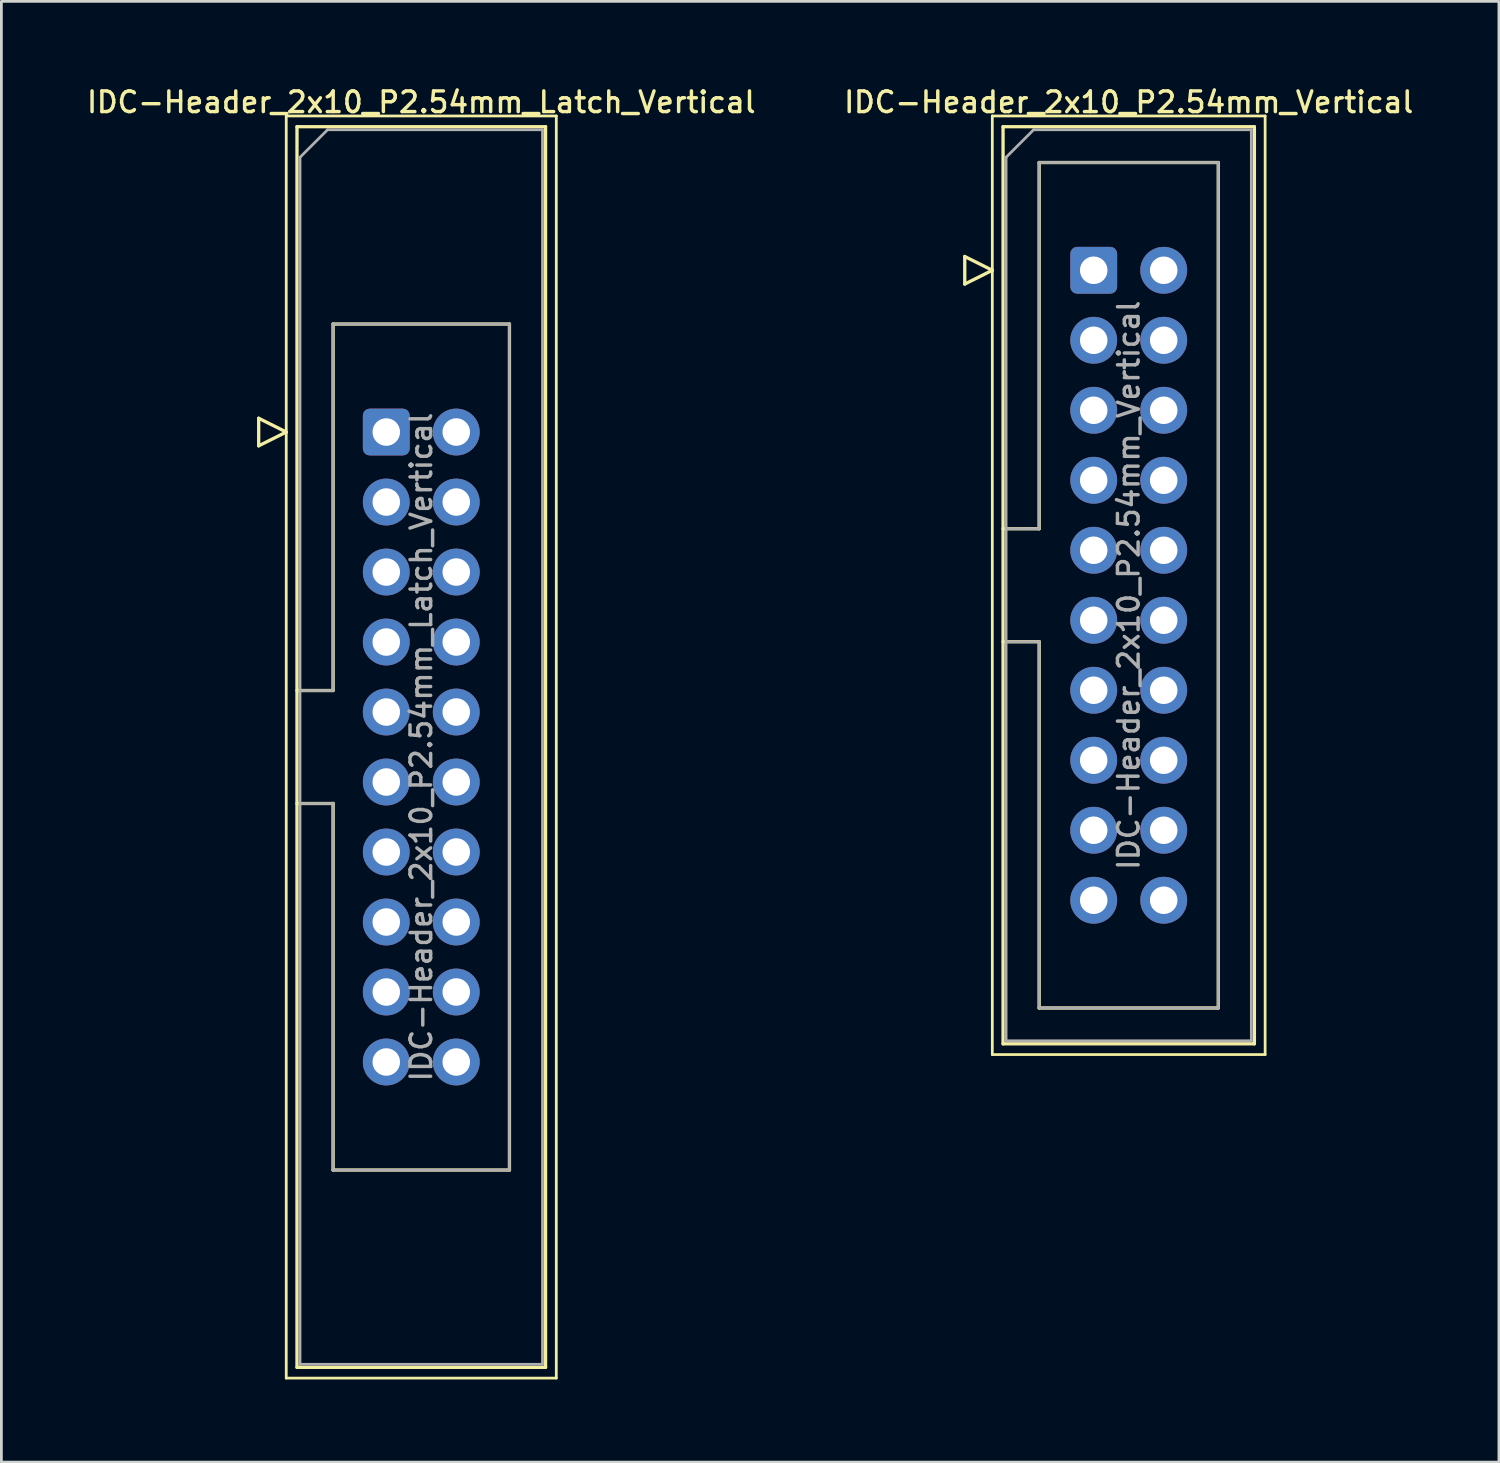
<source format=kicad_pcb>
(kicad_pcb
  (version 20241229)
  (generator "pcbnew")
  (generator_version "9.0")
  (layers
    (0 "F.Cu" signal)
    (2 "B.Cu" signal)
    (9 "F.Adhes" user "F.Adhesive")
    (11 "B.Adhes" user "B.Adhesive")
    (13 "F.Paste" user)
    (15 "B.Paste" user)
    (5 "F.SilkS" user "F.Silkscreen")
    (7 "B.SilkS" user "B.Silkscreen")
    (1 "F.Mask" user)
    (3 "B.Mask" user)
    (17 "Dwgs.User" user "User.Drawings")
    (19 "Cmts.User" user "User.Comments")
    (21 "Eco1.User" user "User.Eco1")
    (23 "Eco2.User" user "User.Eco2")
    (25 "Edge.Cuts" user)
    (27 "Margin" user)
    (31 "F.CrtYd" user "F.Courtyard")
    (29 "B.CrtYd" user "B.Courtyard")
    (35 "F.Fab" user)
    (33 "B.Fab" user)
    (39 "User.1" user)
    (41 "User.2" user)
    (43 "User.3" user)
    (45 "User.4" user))
  (footprint "IDC-Header_2x10_P2.54mm_Latch_Vertical"
    (layer "F.Cu")
    (at 10.967 12.628)
    (property "Reference" "IDC-Header_2x10_P2.54mm_Latch_Vertical" (at 1.27 -11.97 0) (layer "F.SilkS") (effects (font (size 0.75 0.75) (thickness 0.125))))
    (attr through_hole)
    (fp_line (start -4.63 -0.5) (end -4.63 0.5) (stroke (width 0.12) (type solid)) (layer "F.SilkS"))
    (fp_line (start -4.63 0.5) (end -3.63 0) (stroke (width 0.12) (type solid)) (layer "F.SilkS"))
    (fp_line (start -3.63 -11.47) (end -3.63 34.33) (stroke (width 0.1) (type solid)) (layer "F.SilkS"))
    (fp_line (start -3.63 0) (end -4.63 -0.5) (stroke (width 0.12) (type solid)) (layer "F.SilkS"))
    (fp_line (start -3.63 34.33) (end 6.17 34.33) (stroke (width 0.1) (type solid)) (layer "F.SilkS"))
    (fp_line (start -3.24 -11.08) (end 5.78 -11.08) (stroke (width 0.12) (type solid)) (layer "F.SilkS"))
    (fp_line (start -3.24 9.38) (end -1.93 9.38) (stroke (width 0.12) (type solid)) (layer "F.SilkS"))
    (fp_line (start -3.24 33.94) (end -3.24 -11.08) (stroke (width 0.12) (type solid)) (layer "F.SilkS"))
    (fp_line (start -1.93 -3.92) (end 4.47 -3.92) (stroke (width 0.12) (type solid)) (layer "F.SilkS"))
    (fp_line (start -1.93 9.38) (end -1.93 -3.92) (stroke (width 0.12) (type solid)) (layer "F.SilkS"))
    (fp_line (start -1.93 13.48) (end -3.24 13.48) (stroke (width 0.12) (type solid)) (layer "F.SilkS"))
    (fp_line (start -1.93 13.48) (end -1.93 13.48) (stroke (width 0.12) (type solid)) (layer "F.SilkS"))
    (fp_line (start -1.93 26.78) (end -1.93 13.48) (stroke (width 0.12) (type solid)) (layer "F.SilkS"))
    (fp_line (start 4.47 -3.92) (end 4.47 26.78) (stroke (width 0.12) (type solid)) (layer "F.SilkS"))
    (fp_line (start 4.47 26.78) (end -1.93 26.78) (stroke (width 0.12) (type solid)) (layer "F.SilkS"))
    (fp_line (start 5.78 -11.08) (end 5.78 33.94) (stroke (width 0.12) (type solid)) (layer "F.SilkS"))
    (fp_line (start 5.78 33.94) (end -3.24 33.94) (stroke (width 0.12) (type solid)) (layer "F.SilkS"))
    (fp_line (start 6.17 -11.47) (end -3.63 -11.47) (stroke (width 0.1) (type solid)) (layer "F.SilkS"))
    (fp_line (start 6.17 34.33) (end 6.17 -11.47) (stroke (width 0.1) (type solid)) (layer "F.SilkS"))
    (fp_line (start -3.13 -9.97) (end -2.13 -10.97) (stroke (width 0.1) (type solid)) (layer "F.Fab"))
    (fp_line (start -3.13 9.38) (end -1.93 9.38) (stroke (width 0.1) (type solid)) (layer "F.Fab"))
    (fp_line (start -3.13 33.83) (end -3.13 -9.97) (stroke (width 0.1) (type solid)) (layer "F.Fab"))
    (fp_line (start -2.13 -10.97) (end 5.67 -10.97) (stroke (width 0.1) (type solid)) (layer "F.Fab"))
    (fp_line (start -1.93 -3.92) (end 4.47 -3.92) (stroke (width 0.1) (type solid)) (layer "F.Fab"))
    (fp_line (start -1.93 9.38) (end -1.93 -3.92) (stroke (width 0.1) (type solid)) (layer "F.Fab"))
    (fp_line (start -1.93 13.48) (end -3.13 13.48) (stroke (width 0.1) (type solid)) (layer "F.Fab"))
    (fp_line (start -1.93 13.48) (end -1.93 13.48) (stroke (width 0.1) (type solid)) (layer "F.Fab"))
    (fp_line (start -1.93 26.78) (end -1.93 13.48) (stroke (width 0.1) (type solid)) (layer "F.Fab"))
    (fp_line (start 4.47 -3.92) (end 4.47 26.78) (stroke (width 0.1) (type solid)) (layer "F.Fab"))
    (fp_line (start 4.47 26.78) (end -1.93 26.78) (stroke (width 0.1) (type solid)) (layer "F.Fab"))
    (fp_line (start 5.67 -10.97) (end 5.67 33.83) (stroke (width 0.1) (type solid)) (layer "F.Fab"))
    (fp_line (start 5.67 33.83) (end -3.13 33.83) (stroke (width 0.1) (type solid)) (layer "F.Fab"))
    (fp_text user "${REFERENCE}" (at 1.27 11.43 90) (layer "F.Fab") (effects (font (size 0.75 0.75) (thickness 0.125))))
    (pad "1" thru_hole roundrect (at 0 0) (size 1.7 1.7) (drill 1) (layers "*.Cu" "*.Mask") (roundrect_rratio 0.147))
    (pad "2" thru_hole circle (at 2.54 0) (size 1.7 1.7) (drill 1) (layers "*.Cu" "*.Mask"))
    (pad "3" thru_hole circle (at 0 2.54) (size 1.7 1.7) (drill 1) (layers "*.Cu" "*.Mask"))
    (pad "4" thru_hole circle (at 2.54 2.54) (size 1.7 1.7) (drill 1) (layers "*.Cu" "*.Mask"))
    (pad "5" thru_hole circle (at 0 5.08) (size 1.7 1.7) (drill 1) (layers "*.Cu" "*.Mask"))
    (pad "6" thru_hole circle (at 2.54 5.08) (size 1.7 1.7) (drill 1) (layers "*.Cu" "*.Mask"))
    (pad "7" thru_hole circle (at 0 7.62) (size 1.7 1.7) (drill 1) (layers "*.Cu" "*.Mask"))
    (pad "8" thru_hole circle (at 2.54 7.62) (size 1.7 1.7) (drill 1) (layers "*.Cu" "*.Mask"))
    (pad "9" thru_hole circle (at 0 10.16) (size 1.7 1.7) (drill 1) (layers "*.Cu" "*.Mask"))
    (pad "10" thru_hole circle (at 2.54 10.16) (size 1.7 1.7) (drill 1) (layers "*.Cu" "*.Mask"))
    (pad "11" thru_hole circle (at 0 12.7) (size 1.7 1.7) (drill 1) (layers "*.Cu" "*.Mask"))
    (pad "12" thru_hole circle (at 2.54 12.7) (size 1.7 1.7) (drill 1) (layers "*.Cu" "*.Mask"))
    (pad "13" thru_hole circle (at 0 15.24) (size 1.7 1.7) (drill 1) (layers "*.Cu" "*.Mask"))
    (pad "14" thru_hole circle (at 2.54 15.24) (size 1.7 1.7) (drill 1) (layers "*.Cu" "*.Mask"))
    (pad "15" thru_hole circle (at 0 17.78) (size 1.7 1.7) (drill 1) (layers "*.Cu" "*.Mask"))
    (pad "16" thru_hole circle (at 2.54 17.78) (size 1.7 1.7) (drill 1) (layers "*.Cu" "*.Mask"))
    (pad "17" thru_hole circle (at 0 20.32) (size 1.7 1.7) (drill 1) (layers "*.Cu" "*.Mask"))
    (pad "18" thru_hole circle (at 2.54 20.32) (size 1.7 1.7) (drill 1) (layers "*.Cu" "*.Mask"))
    (pad "19" thru_hole circle (at 0 22.86) (size 1.7 1.7) (drill 1) (layers "*.Cu" "*.Mask"))
    (pad "20" thru_hole circle (at 2.54 22.86) (size 1.7 1.7) (drill 1) (layers "*.Cu" "*.Mask")))
  (footprint "IDC-Header_2x10_P2.54mm_Vertical"
    (layer "F.Cu")
    (at 36.639 6.758)
    (property "Reference" "IDC-Header_2x10_P2.54mm_Vertical" (at 1.27 -6.1 0) (layer "F.SilkS") (effects (font (size 0.75 0.75) (thickness 0.125))))
    (attr through_hole)
    (fp_line (start -4.68 -0.5) (end -4.68 0.5) (stroke (width 0.12) (type solid)) (layer "F.SilkS"))
    (fp_line (start -4.68 0.5) (end -3.68 0) (stroke (width 0.12) (type solid)) (layer "F.SilkS"))
    (fp_line (start -3.68 -5.6) (end -3.68 28.46) (stroke (width 0.1) (type solid)) (layer "F.SilkS"))
    (fp_line (start -3.68 0) (end -4.68 -0.5) (stroke (width 0.12) (type solid)) (layer "F.SilkS"))
    (fp_line (start -3.68 28.46) (end 6.22 28.46) (stroke (width 0.1) (type solid)) (layer "F.SilkS"))
    (fp_line (start -3.29 -5.21) (end 5.83 -5.21) (stroke (width 0.12) (type solid)) (layer "F.SilkS"))
    (fp_line (start -3.29 9.38) (end -1.98 9.38) (stroke (width 0.12) (type solid)) (layer "F.SilkS"))
    (fp_line (start -3.29 28.07) (end -3.29 -5.21) (stroke (width 0.12) (type solid)) (layer "F.SilkS"))
    (fp_line (start -1.98 -3.91) (end 4.52 -3.91) (stroke (width 0.12) (type solid)) (layer "F.SilkS"))
    (fp_line (start -1.98 9.38) (end -1.98 -3.91) (stroke (width 0.12) (type solid)) (layer "F.SilkS"))
    (fp_line (start -1.98 13.48) (end -3.29 13.48) (stroke (width 0.12) (type solid)) (layer "F.SilkS"))
    (fp_line (start -1.98 13.48) (end -1.98 13.48) (stroke (width 0.12) (type solid)) (layer "F.SilkS"))
    (fp_line (start -1.98 26.77) (end -1.98 13.48) (stroke (width 0.12) (type solid)) (layer "F.SilkS"))
    (fp_line (start 4.52 -3.91) (end 4.52 26.77) (stroke (width 0.12) (type solid)) (layer "F.SilkS"))
    (fp_line (start 4.52 26.77) (end -1.98 26.77) (stroke (width 0.12) (type solid)) (layer "F.SilkS"))
    (fp_line (start 5.83 -5.21) (end 5.83 28.07) (stroke (width 0.12) (type solid)) (layer "F.SilkS"))
    (fp_line (start 5.83 28.07) (end -3.29 28.07) (stroke (width 0.12) (type solid)) (layer "F.SilkS"))
    (fp_line (start 6.22 -5.6) (end -3.68 -5.6) (stroke (width 0.1) (type solid)) (layer "F.SilkS"))
    (fp_line (start 6.22 28.46) (end 6.22 -5.6) (stroke (width 0.1) (type solid)) (layer "F.SilkS"))
    (fp_line (start -3.18 -4.1) (end -2.18 -5.1) (stroke (width 0.1) (type solid)) (layer "F.Fab"))
    (fp_line (start -3.18 9.38) (end -1.98 9.38) (stroke (width 0.1) (type solid)) (layer "F.Fab"))
    (fp_line (start -3.18 27.96) (end -3.18 -4.1) (stroke (width 0.1) (type solid)) (layer "F.Fab"))
    (fp_line (start -2.18 -5.1) (end 5.72 -5.1) (stroke (width 0.1) (type solid)) (layer "F.Fab"))
    (fp_line (start -1.98 -3.91) (end 4.52 -3.91) (stroke (width 0.1) (type solid)) (layer "F.Fab"))
    (fp_line (start -1.98 9.38) (end -1.98 -3.91) (stroke (width 0.1) (type solid)) (layer "F.Fab"))
    (fp_line (start -1.98 13.48) (end -3.18 13.48) (stroke (width 0.1) (type solid)) (layer "F.Fab"))
    (fp_line (start -1.98 13.48) (end -1.98 13.48) (stroke (width 0.1) (type solid)) (layer "F.Fab"))
    (fp_line (start -1.98 26.77) (end -1.98 13.48) (stroke (width 0.1) (type solid)) (layer "F.Fab"))
    (fp_line (start 4.52 -3.91) (end 4.52 26.77) (stroke (width 0.1) (type solid)) (layer "F.Fab"))
    (fp_line (start 4.52 26.77) (end -1.98 26.77) (stroke (width 0.1) (type solid)) (layer "F.Fab"))
    (fp_line (start 5.72 -5.1) (end 5.72 27.96) (stroke (width 0.1) (type solid)) (layer "F.Fab"))
    (fp_line (start 5.72 27.96) (end -3.18 27.96) (stroke (width 0.1) (type solid)) (layer "F.Fab"))
    (fp_text user "${REFERENCE}" (at 1.27 11.43 90) (layer "F.Fab") (effects (font (size 0.75 0.75) (thickness 0.125))))
    (pad "1" thru_hole roundrect (at 0 0) (size 1.7 1.7) (drill 1) (layers "*.Cu" "*.Mask") (roundrect_rratio 0.147))
    (pad "2" thru_hole circle (at 2.54 0) (size 1.7 1.7) (drill 1) (layers "*.Cu" "*.Mask"))
    (pad "3" thru_hole circle (at 0 2.54) (size 1.7 1.7) (drill 1) (layers "*.Cu" "*.Mask"))
    (pad "4" thru_hole circle (at 2.54 2.54) (size 1.7 1.7) (drill 1) (layers "*.Cu" "*.Mask"))
    (pad "5" thru_hole circle (at 0 5.08) (size 1.7 1.7) (drill 1) (layers "*.Cu" "*.Mask"))
    (pad "6" thru_hole circle (at 2.54 5.08) (size 1.7 1.7) (drill 1) (layers "*.Cu" "*.Mask"))
    (pad "7" thru_hole circle (at 0 7.62) (size 1.7 1.7) (drill 1) (layers "*.Cu" "*.Mask"))
    (pad "8" thru_hole circle (at 2.54 7.62) (size 1.7 1.7) (drill 1) (layers "*.Cu" "*.Mask"))
    (pad "9" thru_hole circle (at 0 10.16) (size 1.7 1.7) (drill 1) (layers "*.Cu" "*.Mask"))
    (pad "10" thru_hole circle (at 2.54 10.16) (size 1.7 1.7) (drill 1) (layers "*.Cu" "*.Mask"))
    (pad "11" thru_hole circle (at 0 12.7) (size 1.7 1.7) (drill 1) (layers "*.Cu" "*.Mask"))
    (pad "12" thru_hole circle (at 2.54 12.7) (size 1.7 1.7) (drill 1) (layers "*.Cu" "*.Mask"))
    (pad "13" thru_hole circle (at 0 15.24) (size 1.7 1.7) (drill 1) (layers "*.Cu" "*.Mask"))
    (pad "14" thru_hole circle (at 2.54 15.24) (size 1.7 1.7) (drill 1) (layers "*.Cu" "*.Mask"))
    (pad "15" thru_hole circle (at 0 17.78) (size 1.7 1.7) (drill 1) (layers "*.Cu" "*.Mask"))
    (pad "16" thru_hole circle (at 2.54 17.78) (size 1.7 1.7) (drill 1) (layers "*.Cu" "*.Mask"))
    (pad "17" thru_hole circle (at 0 20.32) (size 1.7 1.7) (drill 1) (layers "*.Cu" "*.Mask"))
    (pad "18" thru_hole circle (at 2.54 20.32) (size 1.7 1.7) (drill 1) (layers "*.Cu" "*.Mask"))
    (pad "19" thru_hole circle (at 0 22.86) (size 1.7 1.7) (drill 1) (layers "*.Cu" "*.Mask"))
    (pad "20" thru_hole circle (at 2.54 22.86) (size 1.7 1.7) (drill 1) (layers "*.Cu" "*.Mask")))
  (gr_rect
    (start -3 -3)
    (end 51.343 50.008)
    (stroke (width 0.1) (type default))
    (fill no)
    (layer "Edge.Cuts")))
</source>
